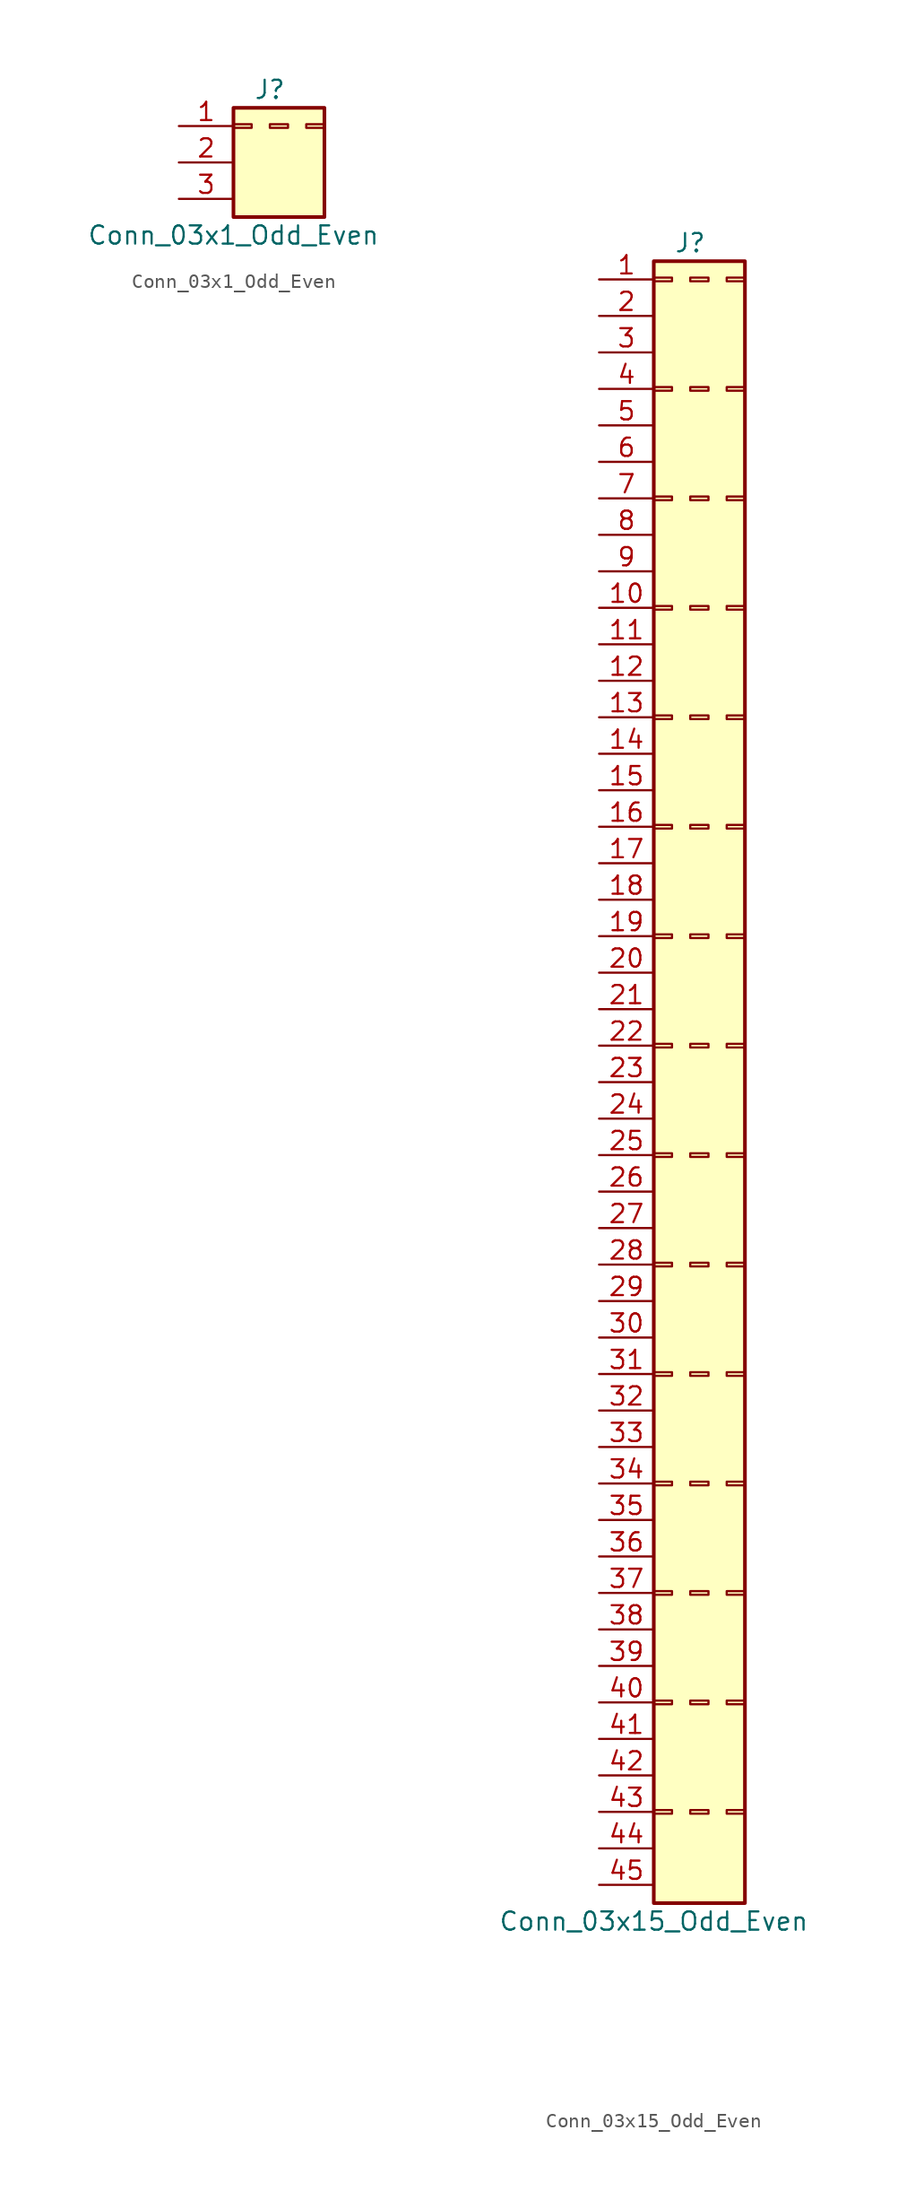
<source format=kicad_sym>
(kicad_symbol_lib
  (version 20231120)
  (generator "kicad_symbol_editor")
  (generator_version "8.0")
  (symbol "Conn_03x1_Odd_Even"
    (pin_names
      (offset 1.016) hide)
    (property "Reference" "J"
      (at 2.54 2.54 0)
      (effects (font (size 1.27 1.27))))
    (property "Value" "Conn_03x1_Odd_Even"
      (at 0 -7.62 0)
      (effects (font (size 1.27 1.27))))
    (symbol "Conn_03x1_Odd_Even_1_1"
      (rectangle (start 0 0.127) (end 1.27 -0.127) (stroke (width 0.152) (type default)) (fill (type none)))
      (rectangle (start 0 1.27) (end 6.35 -6.35) (stroke (width 0.254) (type default)) (fill (type background)))
      (rectangle (start 2.54 0.127) (end 3.81 -0.127) (stroke (width 0.152) (type default)) (fill (type none)))
      (rectangle (start 5.08 0.127) (end 6.35 -0.127) (stroke (width 0.152) (type default)) (fill (type none)))
      (pin passive line (at -3.81 0 0) (length 3.81) (name "Pin_1" (effects (font (size 1.27 1.27)))) (number "1" (effects (font (size 1.27 1.27)))))
      (pin passive line (at -3.81 -2.54 0) (length 3.81) (name "Pin_2" (effects (font (size 1.27 1.27)))) (number "2" (effects (font (size 1.27 1.27)))))
      (pin passive line (at -3.81 -5.08 0) (length 3.81) (name "Pin_3" (effects (font (size 1.27 1.27)))) (number "3" (effects (font (size 1.27 1.27)))))))
  (symbol "Conn_03x15_Odd_Even"
    (pin_names
      (offset 1.016) hide)
    (property "Reference" "J"
      (at 2.54 2.54 0)
      (effects (font (size 1.27 1.27))))
    (property "Value" "Conn_03x15_Odd_Even"
      (at 0 -114.3 0)
      (effects (font (size 1.27 1.27))))
    (symbol "Conn_03x15_Odd_Even_1_1"
      (rectangle (start 0 -106.553) (end 1.27 -106.807) (stroke (width 0.152) (type default)) (fill (type none)))
      (rectangle (start 0 -98.933) (end 1.27 -99.187) (stroke (width 0.152) (type default)) (fill (type none)))
      (rectangle (start 0 -91.313) (end 1.27 -91.567) (stroke (width 0.152) (type default)) (fill (type none)))
      (rectangle (start 0 -83.693) (end 1.27 -83.947) (stroke (width 0.152) (type default)) (fill (type none)))
      (rectangle (start 0 -76.073) (end 1.27 -76.327) (stroke (width 0.152) (type default)) (fill (type none)))
      (rectangle (start 0 -68.453) (end 1.27 -68.707) (stroke (width 0.152) (type default)) (fill (type none)))
      (rectangle (start 0 -60.833) (end 1.27 -61.087) (stroke (width 0.152) (type default)) (fill (type none)))
      (rectangle (start 0 -53.213) (end 1.27 -53.467) (stroke (width 0.152) (type default)) (fill (type none)))
      (rectangle (start 0 -45.593) (end 1.27 -45.847) (stroke (width 0.152) (type default)) (fill (type none)))
      (rectangle (start 0 -37.973) (end 1.27 -38.227) (stroke (width 0.152) (type default)) (fill (type none)))
      (rectangle (start 0 -30.353) (end 1.27 -30.607) (stroke (width 0.152) (type default)) (fill (type none)))
      (rectangle (start 0 -22.733) (end 1.27 -22.987) (stroke (width 0.152) (type default)) (fill (type none)))
      (rectangle (start 0 -15.113) (end 1.27 -15.367) (stroke (width 0.152) (type default)) (fill (type none)))
      (rectangle (start 0 -7.493) (end 1.27 -7.747) (stroke (width 0.152) (type default)) (fill (type none)))
      (rectangle (start 0 0.127) (end 1.27 -0.127) (stroke (width 0.152) (type default)) (fill (type none)))
      (rectangle (start 0 1.27) (end 6.35 -113.03) (stroke (width 0.254) (type default)) (fill (type background)))
      (rectangle (start 2.54 -106.553) (end 3.81 -106.807) (stroke (width 0.152) (type default)) (fill (type none)))
      (rectangle (start 2.54 -98.933) (end 3.81 -99.187) (stroke (width 0.152) (type default)) (fill (type none)))
      (rectangle (start 2.54 -91.313) (end 3.81 -91.567) (stroke (width 0.152) (type default)) (fill (type none)))
      (rectangle (start 2.54 -83.693) (end 3.81 -83.947) (stroke (width 0.152) (type default)) (fill (type none)))
      (rectangle (start 2.54 -76.073) (end 3.81 -76.327) (stroke (width 0.152) (type default)) (fill (type none)))
      (rectangle (start 2.54 -68.453) (end 3.81 -68.707) (stroke (width 0.152) (type default)) (fill (type none)))
      (rectangle (start 2.54 -60.833) (end 3.81 -61.087) (stroke (width 0.152) (type default)) (fill (type none)))
      (rectangle (start 2.54 -53.213) (end 3.81 -53.467) (stroke (width 0.152) (type default)) (fill (type none)))
      (rectangle (start 2.54 -45.593) (end 3.81 -45.847) (stroke (width 0.152) (type default)) (fill (type none)))
      (rectangle (start 2.54 -37.973) (end 3.81 -38.227) (stroke (width 0.152) (type default)) (fill (type none)))
      (rectangle (start 2.54 -30.353) (end 3.81 -30.607) (stroke (width 0.152) (type default)) (fill (type none)))
      (rectangle (start 2.54 -22.733) (end 3.81 -22.987) (stroke (width 0.152) (type default)) (fill (type none)))
      (rectangle (start 2.54 -15.113) (end 3.81 -15.367) (stroke (width 0.152) (type default)) (fill (type none)))
      (rectangle (start 2.54 -7.493) (end 3.81 -7.747) (stroke (width 0.152) (type default)) (fill (type none)))
      (rectangle (start 2.54 0.127) (end 3.81 -0.127) (stroke (width 0.152) (type default)) (fill (type none)))
      (rectangle (start 5.08 -106.553) (end 6.35 -106.807) (stroke (width 0.152) (type default)) (fill (type none)))
      (rectangle (start 5.08 -98.933) (end 6.35 -99.187) (stroke (width 0.152) (type default)) (fill (type none)))
      (rectangle (start 5.08 -91.313) (end 6.35 -91.567) (stroke (width 0.152) (type default)) (fill (type none)))
      (rectangle (start 5.08 -83.693) (end 6.35 -83.947) (stroke (width 0.152) (type default)) (fill (type none)))
      (rectangle (start 5.08 -76.073) (end 6.35 -76.327) (stroke (width 0.152) (type default)) (fill (type none)))
      (rectangle (start 5.08 -68.453) (end 6.35 -68.707) (stroke (width 0.152) (type default)) (fill (type none)))
      (rectangle (start 5.08 -60.833) (end 6.35 -61.087) (stroke (width 0.152) (type default)) (fill (type none)))
      (rectangle (start 5.08 -53.213) (end 6.35 -53.467) (stroke (width 0.152) (type default)) (fill (type none)))
      (rectangle (start 5.08 -45.593) (end 6.35 -45.847) (stroke (width 0.152) (type default)) (fill (type none)))
      (rectangle (start 5.08 -37.973) (end 6.35 -38.227) (stroke (width 0.152) (type default)) (fill (type none)))
      (rectangle (start 5.08 -30.353) (end 6.35 -30.607) (stroke (width 0.152) (type default)) (fill (type none)))
      (rectangle (start 5.08 -22.733) (end 6.35 -22.987) (stroke (width 0.152) (type default)) (fill (type none)))
      (rectangle (start 5.08 -15.113) (end 6.35 -15.367) (stroke (width 0.152) (type default)) (fill (type none)))
      (rectangle (start 5.08 -7.493) (end 6.35 -7.747) (stroke (width 0.152) (type default)) (fill (type none)))
      (rectangle (start 5.08 0.127) (end 6.35 -0.127) (stroke (width 0.152) (type default)) (fill (type none)))
      (pin passive line (at -3.81 0 0) (length 3.81) (name "Pin_1" (effects (font (size 1.27 1.27)))) (number "1" (effects (font (size 1.27 1.27)))))
      (pin passive line (at -3.81 -22.86 0) (length 3.81) (name "Pin_10" (effects (font (size 1.27 1.27)))) (number "10" (effects (font (size 1.27 1.27)))))
      (pin passive line (at -3.81 -25.4 0) (length 3.81) (name "Pin_11" (effects (font (size 1.27 1.27)))) (number "11" (effects (font (size 1.27 1.27)))))
      (pin passive line (at -3.81 -27.94 0) (length 3.81) (name "Pin_12" (effects (font (size 1.27 1.27)))) (number "12" (effects (font (size 1.27 1.27)))))
      (pin passive line (at -3.81 -30.48 0) (length 3.81) (name "Pin_13" (effects (font (size 1.27 1.27)))) (number "13" (effects (font (size 1.27 1.27)))))
      (pin passive line (at -3.81 -33.02 0) (length 3.81) (name "Pin_14" (effects (font (size 1.27 1.27)))) (number "14" (effects (font (size 1.27 1.27)))))
      (pin passive line (at -3.81 -35.56 0) (length 3.81) (name "Pin_15" (effects (font (size 1.27 1.27)))) (number "15" (effects (font (size 1.27 1.27)))))
      (pin passive line (at -3.81 -38.1 0) (length 3.81) (name "Pin_16" (effects (font (size 1.27 1.27)))) (number "16" (effects (font (size 1.27 1.27)))))
      (pin passive line (at -3.81 -40.64 0) (length 3.81) (name "Pin_17" (effects (font (size 1.27 1.27)))) (number "17" (effects (font (size 1.27 1.27)))))
      (pin passive line (at -3.81 -43.18 0) (length 3.81) (name "Pin_18" (effects (font (size 1.27 1.27)))) (number "18" (effects (font (size 1.27 1.27)))))
      (pin passive line (at -3.81 -45.72 0) (length 3.81) (name "Pin_19" (effects (font (size 1.27 1.27)))) (number "19" (effects (font (size 1.27 1.27)))))
      (pin passive line (at -3.81 -2.54 0) (length 3.81) (name "Pin_2" (effects (font (size 1.27 1.27)))) (number "2" (effects (font (size 1.27 1.27)))))
      (pin passive line (at -3.81 -48.26 0) (length 3.81) (name "Pin_20" (effects (font (size 1.27 1.27)))) (number "20" (effects (font (size 1.27 1.27)))))
      (pin passive line (at -3.81 -50.8 0) (length 3.81) (name "Pin_21" (effects (font (size 1.27 1.27)))) (number "21" (effects (font (size 1.27 1.27)))))
      (pin passive line (at -3.81 -53.34 0) (length 3.81) (name "Pin_22" (effects (font (size 1.27 1.27)))) (number "22" (effects (font (size 1.27 1.27)))))
      (pin passive line (at -3.81 -55.88 0) (length 3.81) (name "Pin_23" (effects (font (size 1.27 1.27)))) (number "23" (effects (font (size 1.27 1.27)))))
      (pin passive line (at -3.81 -58.42 0) (length 3.81) (name "Pin_24" (effects (font (size 1.27 1.27)))) (number "24" (effects (font (size 1.27 1.27)))))
      (pin passive line (at -3.81 -60.96 0) (length 3.81) (name "Pin_25" (effects (font (size 1.27 1.27)))) (number "25" (effects (font (size 1.27 1.27)))))
      (pin passive line (at -3.81 -63.5 0) (length 3.81) (name "Pin_26" (effects (font (size 1.27 1.27)))) (number "26" (effects (font (size 1.27 1.27)))))
      (pin passive line (at -3.81 -66.04 0) (length 3.81) (name "Pin_27" (effects (font (size 1.27 1.27)))) (number "27" (effects (font (size 1.27 1.27)))))
      (pin passive line (at -3.81 -68.58 0) (length 3.81) (name "Pin_28" (effects (font (size 1.27 1.27)))) (number "28" (effects (font (size 1.27 1.27)))))
      (pin passive line (at -3.81 -71.12 0) (length 3.81) (name "Pin_29" (effects (font (size 1.27 1.27)))) (number "29" (effects (font (size 1.27 1.27)))))
      (pin passive line (at -3.81 -5.08 0) (length 3.81) (name "Pin_3" (effects (font (size 1.27 1.27)))) (number "3" (effects (font (size 1.27 1.27)))))
      (pin passive line (at -3.81 -73.66 0) (length 3.81) (name "Pin_30" (effects (font (size 1.27 1.27)))) (number "30" (effects (font (size 1.27 1.27)))))
      (pin passive line (at -3.81 -76.2 0) (length 3.81) (name "Pin_31" (effects (font (size 1.27 1.27)))) (number "31" (effects (font (size 1.27 1.27)))))
      (pin passive line (at -3.81 -78.74 0) (length 3.81) (name "Pin_32" (effects (font (size 1.27 1.27)))) (number "32" (effects (font (size 1.27 1.27)))))
      (pin passive line (at -3.81 -81.28 0) (length 3.81) (name "Pin_33" (effects (font (size 1.27 1.27)))) (number "33" (effects (font (size 1.27 1.27)))))
      (pin passive line (at -3.81 -83.82 0) (length 3.81) (name "Pin_34" (effects (font (size 1.27 1.27)))) (number "34" (effects (font (size 1.27 1.27)))))
      (pin passive line (at -3.81 -86.36 0) (length 3.81) (name "Pin_35" (effects (font (size 1.27 1.27)))) (number "35" (effects (font (size 1.27 1.27)))))
      (pin passive line (at -3.81 -88.9 0) (length 3.81) (name "Pin_36" (effects (font (size 1.27 1.27)))) (number "36" (effects (font (size 1.27 1.27)))))
      (pin passive line (at -3.81 -91.44 0) (length 3.81) (name "Pin_37" (effects (font (size 1.27 1.27)))) (number "37" (effects (font (size 1.27 1.27)))))
      (pin passive line (at -3.81 -93.98 0) (length 3.81) (name "Pin_38" (effects (font (size 1.27 1.27)))) (number "38" (effects (font (size 1.27 1.27)))))
      (pin passive line (at -3.81 -96.52 0) (length 3.81) (name "Pin_39" (effects (font (size 1.27 1.27)))) (number "39" (effects (font (size 1.27 1.27)))))
      (pin passive line (at -3.81 -7.62 0) (length 3.81) (name "Pin_4" (effects (font (size 1.27 1.27)))) (number "4" (effects (font (size 1.27 1.27)))))
      (pin passive line (at -3.81 -99.06 0) (length 3.81) (name "Pin_40" (effects (font (size 1.27 1.27)))) (number "40" (effects (font (size 1.27 1.27)))))
      (pin passive line (at -3.81 -101.6 0) (length 3.81) (name "Pin_41" (effects (font (size 1.27 1.27)))) (number "41" (effects (font (size 1.27 1.27)))))
      (pin passive line (at -3.81 -104.14 0) (length 3.81) (name "Pin_42" (effects (font (size 1.27 1.27)))) (number "42" (effects (font (size 1.27 1.27)))))
      (pin passive line (at -3.81 -106.68 0) (length 3.81) (name "Pin_43" (effects (font (size 1.27 1.27)))) (number "43" (effects (font (size 1.27 1.27)))))
      (pin passive line (at -3.81 -109.22 0) (length 3.81) (name "Pin_44" (effects (font (size 1.27 1.27)))) (number "44" (effects (font (size 1.27 1.27)))))
      (pin passive line (at -3.81 -111.76 0) (length 3.81) (name "Pin_45" (effects (font (size 1.27 1.27)))) (number "45" (effects (font (size 1.27 1.27)))))
      (pin passive line (at -3.81 -10.16 0) (length 3.81) (name "Pin_5" (effects (font (size 1.27 1.27)))) (number "5" (effects (font (size 1.27 1.27)))))
      (pin passive line (at -3.81 -12.7 0) (length 3.81) (name "Pin_6" (effects (font (size 1.27 1.27)))) (number "6" (effects (font (size 1.27 1.27)))))
      (pin passive line (at -3.81 -15.24 0) (length 3.81) (name "Pin_7" (effects (font (size 1.27 1.27)))) (number "7" (effects (font (size 1.27 1.27)))))
      (pin passive line (at -3.81 -17.78 0) (length 3.81) (name "Pin_8" (effects (font (size 1.27 1.27)))) (number "8" (effects (font (size 1.27 1.27)))))
      (pin passive line (at -3.81 -20.32 0) (length 3.81) (name "Pin_9" (effects (font (size 1.27 1.27)))) (number "9" (effects (font (size 1.27 1.27))))))))
</source>
